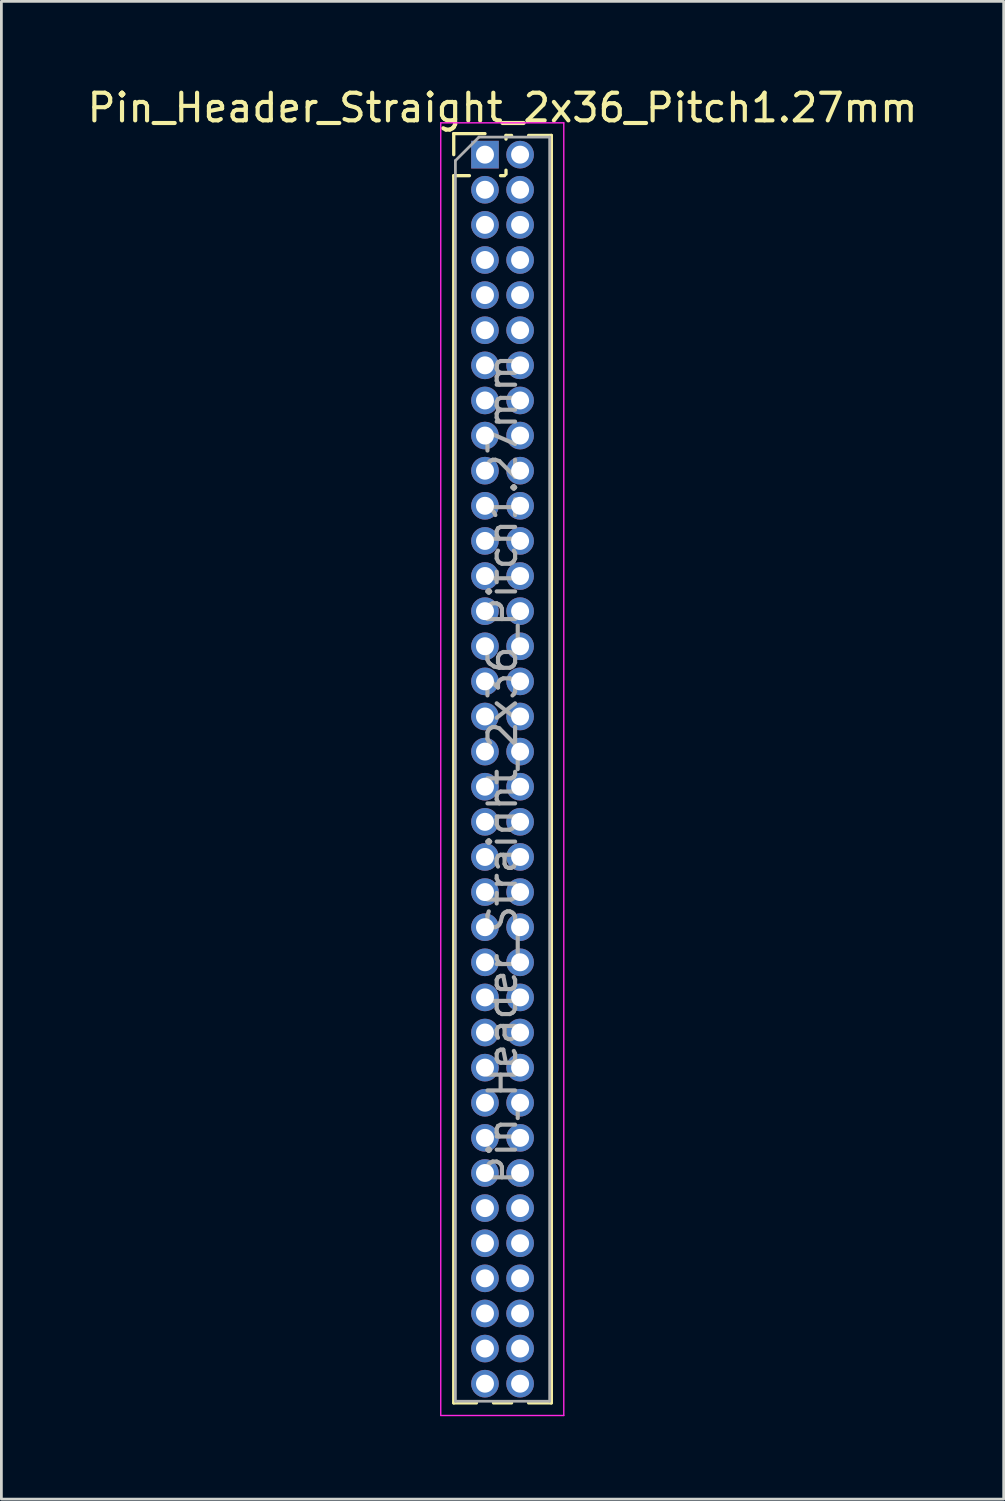
<source format=kicad_pcb>
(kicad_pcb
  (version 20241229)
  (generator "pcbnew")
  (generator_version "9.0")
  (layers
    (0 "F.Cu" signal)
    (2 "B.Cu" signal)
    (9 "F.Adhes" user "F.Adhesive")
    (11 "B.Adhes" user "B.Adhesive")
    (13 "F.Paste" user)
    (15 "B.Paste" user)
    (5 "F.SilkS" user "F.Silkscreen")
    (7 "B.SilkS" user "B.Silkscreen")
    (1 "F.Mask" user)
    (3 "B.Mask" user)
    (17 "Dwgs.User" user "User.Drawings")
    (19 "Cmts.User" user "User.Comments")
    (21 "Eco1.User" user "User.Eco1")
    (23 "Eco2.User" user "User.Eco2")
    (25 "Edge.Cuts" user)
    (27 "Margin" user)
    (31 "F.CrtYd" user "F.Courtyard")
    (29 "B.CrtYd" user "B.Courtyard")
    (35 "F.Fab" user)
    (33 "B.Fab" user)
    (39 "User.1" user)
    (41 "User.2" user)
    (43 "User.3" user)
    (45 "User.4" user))
  (footprint "Pin_Header_Straight_2x36_Pitch1.27mm"
    (layer "F.Cu")
    (at 14.49 2.543)
    (property "Reference" "Pin_Header_Straight_2x36_Pitch1.27mm" (at 0.635 -1.695 0) (layer "F.SilkS") (effects (font (size 1 1) (thickness 0.15))))
    (attr through_hole)
    (fp_line (start -1.13 -0.76) (end 0 -0.76) (stroke (width 0.12) (type solid)) (layer "F.SilkS"))
    (fp_line (start -1.13 0) (end -1.13 -0.76) (stroke (width 0.12) (type solid)) (layer "F.SilkS"))
    (fp_line (start -1.13 0.76) (end -1.13 45.145) (stroke (width 0.12) (type solid)) (layer "F.SilkS"))
    (fp_line (start -1.13 0.76) (end -0.563 0.76) (stroke (width 0.12) (type solid)) (layer "F.SilkS"))
    (fp_line (start -1.13 45.145) (end -0.308 45.145) (stroke (width 0.12) (type solid)) (layer "F.SilkS"))
    (fp_line (start 0.308 45.145) (end 0.962 45.145) (stroke (width 0.12) (type solid)) (layer "F.SilkS"))
    (fp_line (start 0.563 0.76) (end 0.707 0.76) (stroke (width 0.12) (type solid)) (layer "F.SilkS"))
    (fp_line (start 0.76 -0.695) (end 0.962 -0.695) (stroke (width 0.12) (type solid)) (layer "F.SilkS"))
    (fp_line (start 0.76 -0.563) (end 0.76 -0.695) (stroke (width 0.12) (type solid)) (layer "F.SilkS"))
    (fp_line (start 0.76 0.707) (end 0.76 0.563) (stroke (width 0.12) (type solid)) (layer "F.SilkS"))
    (fp_line (start 1.578 -0.695) (end 2.4 -0.695) (stroke (width 0.12) (type solid)) (layer "F.SilkS"))
    (fp_line (start 1.578 45.145) (end 2.4 45.145) (stroke (width 0.12) (type solid)) (layer "F.SilkS"))
    (fp_line (start 2.4 -0.695) (end 2.4 45.145) (stroke (width 0.12) (type solid)) (layer "F.SilkS"))
    (fp_line (start -1.6 -1.15) (end -1.6 45.6) (stroke (width 0.05) (type solid)) (layer "F.CrtYd"))
    (fp_line (start -1.6 45.6) (end 2.85 45.6) (stroke (width 0.05) (type solid)) (layer "F.CrtYd"))
    (fp_line (start 2.85 -1.15) (end -1.6 -1.15) (stroke (width 0.05) (type solid)) (layer "F.CrtYd"))
    (fp_line (start 2.85 45.6) (end 2.85 -1.15) (stroke (width 0.05) (type solid)) (layer "F.CrtYd"))
    (fp_line (start -1.07 0.217) (end -0.217 -0.635) (stroke (width 0.1) (type solid)) (layer "F.Fab"))
    (fp_line (start -1.07 45.085) (end -1.07 0.217) (stroke (width 0.1) (type solid)) (layer "F.Fab"))
    (fp_line (start -0.217 -0.635) (end 2.34 -0.635) (stroke (width 0.1) (type solid)) (layer "F.Fab"))
    (fp_line (start 2.34 -0.635) (end 2.34 45.085) (stroke (width 0.1) (type solid)) (layer "F.Fab"))
    (fp_line (start 2.34 45.085) (end -1.07 45.085) (stroke (width 0.1) (type solid)) (layer "F.Fab"))
    (fp_text user "${REFERENCE}" (at 0.635 22.225 90) (layer "F.Fab") (effects (font (size 1 1) (thickness 0.15))))
    (pad "1" thru_hole rect (at 0 0) (size 1 1) (drill 0.65) (layers "*.Cu" "*.Mask"))
    (pad "2" thru_hole oval (at 1.27 0) (size 1 1) (drill 0.65) (layers "*.Cu" "*.Mask"))
    (pad "3" thru_hole oval (at 0 1.27) (size 1 1) (drill 0.65) (layers "*.Cu" "*.Mask"))
    (pad "4" thru_hole oval (at 1.27 1.27) (size 1 1) (drill 0.65) (layers "*.Cu" "*.Mask"))
    (pad "5" thru_hole oval (at 0 2.54) (size 1 1) (drill 0.65) (layers "*.Cu" "*.Mask"))
    (pad "6" thru_hole oval (at 1.27 2.54) (size 1 1) (drill 0.65) (layers "*.Cu" "*.Mask"))
    (pad "7" thru_hole oval (at 0 3.81) (size 1 1) (drill 0.65) (layers "*.Cu" "*.Mask"))
    (pad "8" thru_hole oval (at 1.27 3.81) (size 1 1) (drill 0.65) (layers "*.Cu" "*.Mask"))
    (pad "9" thru_hole oval (at 0 5.08) (size 1 1) (drill 0.65) (layers "*.Cu" "*.Mask"))
    (pad "10" thru_hole oval (at 1.27 5.08) (size 1 1) (drill 0.65) (layers "*.Cu" "*.Mask"))
    (pad "11" thru_hole oval (at 0 6.35) (size 1 1) (drill 0.65) (layers "*.Cu" "*.Mask"))
    (pad "12" thru_hole oval (at 1.27 6.35) (size 1 1) (drill 0.65) (layers "*.Cu" "*.Mask"))
    (pad "13" thru_hole oval (at 0 7.62) (size 1 1) (drill 0.65) (layers "*.Cu" "*.Mask"))
    (pad "14" thru_hole oval (at 1.27 7.62) (size 1 1) (drill 0.65) (layers "*.Cu" "*.Mask"))
    (pad "15" thru_hole oval (at 0 8.89) (size 1 1) (drill 0.65) (layers "*.Cu" "*.Mask"))
    (pad "16" thru_hole oval (at 1.27 8.89) (size 1 1) (drill 0.65) (layers "*.Cu" "*.Mask"))
    (pad "17" thru_hole oval (at 0 10.16) (size 1 1) (drill 0.65) (layers "*.Cu" "*.Mask"))
    (pad "18" thru_hole oval (at 1.27 10.16) (size 1 1) (drill 0.65) (layers "*.Cu" "*.Mask"))
    (pad "19" thru_hole oval (at 0 11.43) (size 1 1) (drill 0.65) (layers "*.Cu" "*.Mask"))
    (pad "20" thru_hole oval (at 1.27 11.43) (size 1 1) (drill 0.65) (layers "*.Cu" "*.Mask"))
    (pad "21" thru_hole oval (at 0 12.7) (size 1 1) (drill 0.65) (layers "*.Cu" "*.Mask"))
    (pad "22" thru_hole oval (at 1.27 12.7) (size 1 1) (drill 0.65) (layers "*.Cu" "*.Mask"))
    (pad "23" thru_hole oval (at 0 13.97) (size 1 1) (drill 0.65) (layers "*.Cu" "*.Mask"))
    (pad "24" thru_hole oval (at 1.27 13.97) (size 1 1) (drill 0.65) (layers "*.Cu" "*.Mask"))
    (pad "25" thru_hole oval (at 0 15.24) (size 1 1) (drill 0.65) (layers "*.Cu" "*.Mask"))
    (pad "26" thru_hole oval (at 1.27 15.24) (size 1 1) (drill 0.65) (layers "*.Cu" "*.Mask"))
    (pad "27" thru_hole oval (at 0 16.51) (size 1 1) (drill 0.65) (layers "*.Cu" "*.Mask"))
    (pad "28" thru_hole oval (at 1.27 16.51) (size 1 1) (drill 0.65) (layers "*.Cu" "*.Mask"))
    (pad "29" thru_hole oval (at 0 17.78) (size 1 1) (drill 0.65) (layers "*.Cu" "*.Mask"))
    (pad "30" thru_hole oval (at 1.27 17.78) (size 1 1) (drill 0.65) (layers "*.Cu" "*.Mask"))
    (pad "31" thru_hole oval (at 0 19.05) (size 1 1) (drill 0.65) (layers "*.Cu" "*.Mask"))
    (pad "32" thru_hole oval (at 1.27 19.05) (size 1 1) (drill 0.65) (layers "*.Cu" "*.Mask"))
    (pad "33" thru_hole oval (at 0 20.32) (size 1 1) (drill 0.65) (layers "*.Cu" "*.Mask"))
    (pad "34" thru_hole oval (at 1.27 20.32) (size 1 1) (drill 0.65) (layers "*.Cu" "*.Mask"))
    (pad "35" thru_hole oval (at 0 21.59) (size 1 1) (drill 0.65) (layers "*.Cu" "*.Mask"))
    (pad "36" thru_hole oval (at 1.27 21.59) (size 1 1) (drill 0.65) (layers "*.Cu" "*.Mask"))
    (pad "37" thru_hole oval (at 0 22.86) (size 1 1) (drill 0.65) (layers "*.Cu" "*.Mask"))
    (pad "38" thru_hole oval (at 1.27 22.86) (size 1 1) (drill 0.65) (layers "*.Cu" "*.Mask"))
    (pad "39" thru_hole oval (at 0 24.13) (size 1 1) (drill 0.65) (layers "*.Cu" "*.Mask"))
    (pad "40" thru_hole oval (at 1.27 24.13) (size 1 1) (drill 0.65) (layers "*.Cu" "*.Mask"))
    (pad "41" thru_hole oval (at 0 25.4) (size 1 1) (drill 0.65) (layers "*.Cu" "*.Mask"))
    (pad "42" thru_hole oval (at 1.27 25.4) (size 1 1) (drill 0.65) (layers "*.Cu" "*.Mask"))
    (pad "43" thru_hole oval (at 0 26.67) (size 1 1) (drill 0.65) (layers "*.Cu" "*.Mask"))
    (pad "44" thru_hole oval (at 1.27 26.67) (size 1 1) (drill 0.65) (layers "*.Cu" "*.Mask"))
    (pad "45" thru_hole oval (at 0 27.94) (size 1 1) (drill 0.65) (layers "*.Cu" "*.Mask"))
    (pad "46" thru_hole oval (at 1.27 27.94) (size 1 1) (drill 0.65) (layers "*.Cu" "*.Mask"))
    (pad "47" thru_hole oval (at 0 29.21) (size 1 1) (drill 0.65) (layers "*.Cu" "*.Mask"))
    (pad "48" thru_hole oval (at 1.27 29.21) (size 1 1) (drill 0.65) (layers "*.Cu" "*.Mask"))
    (pad "49" thru_hole oval (at 0 30.48) (size 1 1) (drill 0.65) (layers "*.Cu" "*.Mask"))
    (pad "50" thru_hole oval (at 1.27 30.48) (size 1 1) (drill 0.65) (layers "*.Cu" "*.Mask"))
    (pad "51" thru_hole oval (at 0 31.75) (size 1 1) (drill 0.65) (layers "*.Cu" "*.Mask"))
    (pad "52" thru_hole oval (at 1.27 31.75) (size 1 1) (drill 0.65) (layers "*.Cu" "*.Mask"))
    (pad "53" thru_hole oval (at 0 33.02) (size 1 1) (drill 0.65) (layers "*.Cu" "*.Mask"))
    (pad "54" thru_hole oval (at 1.27 33.02) (size 1 1) (drill 0.65) (layers "*.Cu" "*.Mask"))
    (pad "55" thru_hole oval (at 0 34.29) (size 1 1) (drill 0.65) (layers "*.Cu" "*.Mask"))
    (pad "56" thru_hole oval (at 1.27 34.29) (size 1 1) (drill 0.65) (layers "*.Cu" "*.Mask"))
    (pad "57" thru_hole oval (at 0 35.56) (size 1 1) (drill 0.65) (layers "*.Cu" "*.Mask"))
    (pad "58" thru_hole oval (at 1.27 35.56) (size 1 1) (drill 0.65) (layers "*.Cu" "*.Mask"))
    (pad "59" thru_hole oval (at 0 36.83) (size 1 1) (drill 0.65) (layers "*.Cu" "*.Mask"))
    (pad "60" thru_hole oval (at 1.27 36.83) (size 1 1) (drill 0.65) (layers "*.Cu" "*.Mask"))
    (pad "61" thru_hole oval (at 0 38.1) (size 1 1) (drill 0.65) (layers "*.Cu" "*.Mask"))
    (pad "62" thru_hole oval (at 1.27 38.1) (size 1 1) (drill 0.65) (layers "*.Cu" "*.Mask"))
    (pad "63" thru_hole oval (at 0 39.37) (size 1 1) (drill 0.65) (layers "*.Cu" "*.Mask"))
    (pad "64" thru_hole oval (at 1.27 39.37) (size 1 1) (drill 0.65) (layers "*.Cu" "*.Mask"))
    (pad "65" thru_hole oval (at 0 40.64) (size 1 1) (drill 0.65) (layers "*.Cu" "*.Mask"))
    (pad "66" thru_hole oval (at 1.27 40.64) (size 1 1) (drill 0.65) (layers "*.Cu" "*.Mask"))
    (pad "67" thru_hole oval (at 0 41.91) (size 1 1) (drill 0.65) (layers "*.Cu" "*.Mask"))
    (pad "68" thru_hole oval (at 1.27 41.91) (size 1 1) (drill 0.65) (layers "*.Cu" "*.Mask"))
    (pad "69" thru_hole oval (at 0 43.18) (size 1 1) (drill 0.65) (layers "*.Cu" "*.Mask"))
    (pad "70" thru_hole oval (at 1.27 43.18) (size 1 1) (drill 0.65) (layers "*.Cu" "*.Mask"))
    (pad "71" thru_hole oval (at 0 44.45) (size 1 1) (drill 0.65) (layers "*.Cu" "*.Mask"))
    (pad "72" thru_hole oval (at 1.27 44.45) (size 1 1) (drill 0.65) (layers "*.Cu" "*.Mask")))
  (gr_rect
    (start -3 -3)
    (end 33.25 51.168)
    (stroke (width 0.1) (type default))
    (fill no)
    (layer "Edge.Cuts")))
</source>
